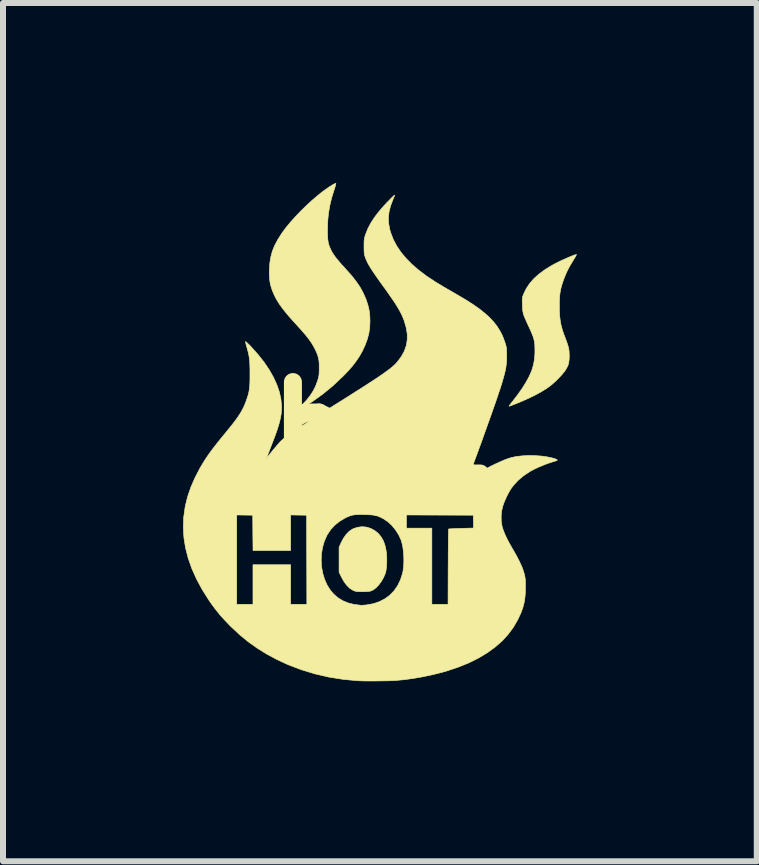
<source format=kicad_pcb>
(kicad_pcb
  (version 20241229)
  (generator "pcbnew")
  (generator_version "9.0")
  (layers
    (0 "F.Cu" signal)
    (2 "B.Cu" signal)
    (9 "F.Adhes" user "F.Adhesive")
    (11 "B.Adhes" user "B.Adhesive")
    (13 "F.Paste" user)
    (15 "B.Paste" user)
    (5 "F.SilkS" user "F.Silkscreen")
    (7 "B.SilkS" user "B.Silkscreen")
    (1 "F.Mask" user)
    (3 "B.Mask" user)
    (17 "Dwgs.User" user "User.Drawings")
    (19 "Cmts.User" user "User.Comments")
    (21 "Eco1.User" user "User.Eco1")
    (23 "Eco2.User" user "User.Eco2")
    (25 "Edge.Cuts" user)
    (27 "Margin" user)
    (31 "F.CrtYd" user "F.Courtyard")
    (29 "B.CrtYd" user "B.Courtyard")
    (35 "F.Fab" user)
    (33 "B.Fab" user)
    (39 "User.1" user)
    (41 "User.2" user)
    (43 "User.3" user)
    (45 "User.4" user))
  (footprint "hot"
    (layer "F.Cu")
    (at 3.283 4.152)
    (property "Reference" "hot" (at 0 0 0) (layer "F.SilkS") (effects (font (size 1.524 1.524) (thickness 0.3))))
    (attr through_hole)
    (fp_poly (pts (xy -0.227 1.582) (xy -0.155 1.604) (xy -0.088 1.64) (xy -0.029 1.688) (xy 0.018 1.745) (xy 0.055 1.809) (xy 0.082 1.883) (xy 0.101 1.969) (xy 0.11 2.037) (xy 0.112 2.085) (xy 0.113 2.14) (xy 0.111 2.197) (xy 0.107 2.252) (xy 0.101 2.3) (xy 0.094 2.338) (xy 0.09 2.35) (xy 0.06 2.422) (xy 0.022 2.488) (xy -0.021 2.546) (xy -0.067 2.594) (xy -0.115 2.63) (xy -0.161 2.65) (xy -0.181 2.653) (xy -0.213 2.656) (xy -0.253 2.658) (xy -0.296 2.658) (xy -0.342 2.658) (xy -0.375 2.657) (xy -0.4 2.654) (xy -0.42 2.648) (xy -0.441 2.64) (xy -0.448 2.637) (xy -0.503 2.603) (xy -0.555 2.552) (xy -0.603 2.486) (xy -0.637 2.425) (xy -0.682 2.334) (xy -0.682 1.918) (xy -0.655 1.857) (xy -0.612 1.773) (xy -0.565 1.706) (xy -0.514 1.653) (xy -0.458 1.616) (xy -0.449 1.611) (xy -0.376 1.586) (xy -0.301 1.576) (xy -0.227 1.582)) (stroke (width 0.01) (type solid)) (fill yes) (layer "F.SilkS"))
    (fp_poly (pts (xy 3.274 -2.961) (xy 3.271 -2.952) (xy 3.261 -2.932) (xy 3.245 -2.904) (xy 3.223 -2.869) (xy 3.218 -2.86) (xy 3.16 -2.763) (xy 3.112 -2.67) (xy 3.071 -2.572) (xy 3.044 -2.496) (xy 3.024 -2.433) (xy 3.01 -2.376) (xy 3 -2.319) (xy 2.993 -2.259) (xy 2.99 -2.19) (xy 2.989 -2.109) (xy 2.989 -2.108) (xy 2.99 -2.013) (xy 2.995 -1.931) (xy 3.004 -1.856) (xy 3.017 -1.785) (xy 3.036 -1.714) (xy 3.061 -1.638) (xy 3.083 -1.581) (xy 3.106 -1.519) (xy 3.124 -1.468) (xy 3.137 -1.425) (xy 3.146 -1.387) (xy 3.151 -1.35) (xy 3.153 -1.311) (xy 3.154 -1.27) (xy 3.152 -1.21) (xy 3.146 -1.161) (xy 3.135 -1.119) (xy 3.116 -1.078) (xy 3.09 -1.033) (xy 3.061 -0.994) (xy 3.023 -0.949) (xy 2.977 -0.9) (xy 2.928 -0.851) (xy 2.879 -0.807) (xy 2.841 -0.775) (xy 2.771 -0.725) (xy 2.686 -0.673) (xy 2.59 -0.62) (xy 2.484 -0.568) (xy 2.37 -0.517) (xy 2.279 -0.479) (xy 2.232 -0.461) (xy 2.197 -0.447) (xy 2.174 -0.439) (xy 2.16 -0.434) (xy 2.153 -0.433) (xy 2.151 -0.434) (xy 2.151 -0.435) (xy 2.156 -0.443) (xy 2.169 -0.461) (xy 2.19 -0.488) (xy 2.216 -0.52) (xy 2.227 -0.535) (xy 2.304 -0.636) (xy 2.374 -0.736) (xy 2.434 -0.833) (xy 2.484 -0.924) (xy 2.522 -1.009) (xy 2.539 -1.057) (xy 2.561 -1.139) (xy 2.575 -1.222) (xy 2.582 -1.314) (xy 2.582 -1.362) (xy 2.581 -1.419) (xy 2.579 -1.468) (xy 2.573 -1.512) (xy 2.563 -1.555) (xy 2.549 -1.6) (xy 2.529 -1.65) (xy 2.503 -1.71) (xy 2.481 -1.757) (xy 2.451 -1.821) (xy 2.428 -1.873) (xy 2.41 -1.915) (xy 2.396 -1.95) (xy 2.387 -1.981) (xy 2.381 -2.011) (xy 2.377 -2.042) (xy 2.375 -2.077) (xy 2.373 -2.119) (xy 2.373 -2.121) (xy 2.371 -2.168) (xy 2.371 -2.203) (xy 2.372 -2.229) (xy 2.375 -2.25) (xy 2.381 -2.269) (xy 2.39 -2.292) (xy 2.392 -2.299) (xy 2.436 -2.39) (xy 2.492 -2.475) (xy 2.562 -2.556) (xy 2.646 -2.632) (xy 2.745 -2.705) (xy 2.859 -2.776) (xy 2.93 -2.814) (xy 2.972 -2.835) (xy 3.019 -2.858) (xy 3.069 -2.881) (xy 3.118 -2.902) (xy 3.164 -2.922) (xy 3.206 -2.939) (xy 3.239 -2.952) (xy 3.263 -2.959) (xy 3.273 -2.961) (xy 3.274 -2.961)) (stroke (width 0.01) (type solid)) (fill yes) (layer "F.SilkS"))
    (fp_poly (pts (xy -0.736 -4.138) (xy -0.741 -4.117) (xy -0.749 -4.086) (xy -0.761 -4.049) (xy -0.762 -4.046) (xy -0.805 -3.909) (xy -0.836 -3.78) (xy -0.858 -3.652) (xy -0.871 -3.522) (xy -0.875 -3.383) (xy -0.875 -3.378) (xy -0.875 -3.305) (xy -0.873 -3.245) (xy -0.868 -3.195) (xy -0.861 -3.152) (xy -0.85 -3.113) (xy -0.834 -3.073) (xy -0.817 -3.035) (xy -0.796 -2.995) (xy -0.768 -2.952) (xy -0.734 -2.905) (xy -0.69 -2.852) (xy -0.637 -2.79) (xy -0.59 -2.739) (xy -0.517 -2.658) (xy -0.455 -2.586) (xy -0.404 -2.52) (xy -0.36 -2.458) (xy -0.322 -2.399) (xy -0.29 -2.339) (xy -0.275 -2.309) (xy -0.232 -2.211) (xy -0.202 -2.119) (xy -0.181 -2.03) (xy -0.17 -1.938) (xy -0.167 -1.85) (xy -0.172 -1.744) (xy -0.186 -1.645) (xy -0.212 -1.548) (xy -0.249 -1.448) (xy -0.297 -1.345) (xy -0.342 -1.266) (xy -0.394 -1.188) (xy -0.454 -1.109) (xy -0.525 -1.027) (xy -0.608 -0.94) (xy -0.622 -0.927) (xy -0.786 -0.772) (xy -0.954 -0.634) (xy -1.127 -0.51) (xy -1.307 -0.4) (xy -1.342 -0.381) (xy -1.41 -0.344) (xy -1.304 -0.449) (xy -1.227 -0.53) (xy -1.165 -0.608) (xy -1.114 -0.686) (xy -1.073 -0.767) (xy -1.041 -0.854) (xy -1.036 -0.87) (xy -1.026 -0.902) (xy -1.02 -0.931) (xy -1.016 -0.96) (xy -1.014 -0.995) (xy -1.013 -1.04) (xy -1.013 -1.067) (xy -1.013 -1.132) (xy -1.017 -1.186) (xy -1.025 -1.233) (xy -1.038 -1.279) (xy -1.057 -1.329) (xy -1.083 -1.384) (xy -1.111 -1.437) (xy -1.145 -1.493) (xy -1.187 -1.552) (xy -1.238 -1.617) (xy -1.3 -1.689) (xy -1.373 -1.77) (xy -1.376 -1.774) (xy -1.455 -1.86) (xy -1.523 -1.937) (xy -1.58 -2.006) (xy -1.629 -2.068) (xy -1.671 -2.126) (xy -1.706 -2.18) (xy -1.736 -2.232) (xy -1.76 -2.279) (xy -1.792 -2.354) (xy -1.816 -2.425) (xy -1.833 -2.497) (xy -1.842 -2.573) (xy -1.845 -2.658) (xy -1.843 -2.724) (xy -1.835 -2.829) (xy -1.818 -2.927) (xy -1.792 -3.021) (xy -1.754 -3.114) (xy -1.703 -3.209) (xy -1.64 -3.309) (xy -1.629 -3.325) (xy -1.565 -3.411) (xy -1.491 -3.501) (xy -1.407 -3.594) (xy -1.318 -3.687) (xy -1.225 -3.778) (xy -1.13 -3.865) (xy -1.035 -3.946) (xy -0.944 -4.018) (xy -0.858 -4.079) (xy -0.804 -4.113) (xy -0.776 -4.13) (xy -0.752 -4.141) (xy -0.738 -4.147) (xy -0.736 -4.147) (xy -0.736 -4.138)) (stroke (width 0.01) (type solid)) (fill yes) (layer "F.SilkS"))
    (fp_poly (pts (xy 0.243 -3.951) (xy 0.242 -3.942) (xy 0.234 -3.921) (xy 0.223 -3.893) (xy 0.217 -3.88) (xy 0.177 -3.774) (xy 0.151 -3.673) (xy 0.14 -3.576) (xy 0.144 -3.479) (xy 0.162 -3.38) (xy 0.178 -3.325) (xy 0.22 -3.214) (xy 0.277 -3.106) (xy 0.347 -3.001) (xy 0.432 -2.899) (xy 0.531 -2.798) (xy 0.646 -2.699) (xy 0.777 -2.6) (xy 0.924 -2.503) (xy 1.063 -2.419) (xy 1.109 -2.392) (xy 1.165 -2.36) (xy 1.224 -2.326) (xy 1.281 -2.293) (xy 1.308 -2.277) (xy 1.441 -2.198) (xy 1.558 -2.123) (xy 1.661 -2.05) (xy 1.751 -1.978) (xy 1.829 -1.907) (xy 1.896 -1.835) (xy 1.953 -1.761) (xy 2.001 -1.684) (xy 2.042 -1.603) (xy 2.075 -1.516) (xy 2.089 -1.475) (xy 2.098 -1.444) (xy 2.104 -1.417) (xy 2.108 -1.39) (xy 2.11 -1.357) (xy 2.111 -1.316) (xy 2.111 -1.27) (xy 2.111 -1.215) (xy 2.108 -1.165) (xy 2.103 -1.117) (xy 2.096 -1.068) (xy 2.085 -1.015) (xy 2.07 -0.954) (xy 2.05 -0.883) (xy 2.036 -0.833) (xy 2.023 -0.791) (xy 2.005 -0.734) (xy 1.981 -0.664) (xy 1.954 -0.583) (xy 1.923 -0.491) (xy 1.888 -0.392) (xy 1.851 -0.286) (xy 1.811 -0.175) (xy 1.77 -0.06) (xy 1.728 0.058) (xy 1.686 0.176) (xy 1.643 0.293) (xy 1.601 0.407) (xy 1.56 0.518) (xy 1.521 0.624) (xy 1.512 0.647) (xy 1.496 0.69) (xy 1.483 0.727) (xy 1.474 0.756) (xy 1.469 0.773) (xy 1.469 0.777) (xy 1.478 0.775) (xy 1.502 0.763) (xy 1.539 0.743) (xy 1.589 0.712) (xy 1.646 0.678) (xy 1.709 0.641) (xy 1.779 0.603) (xy 1.853 0.564) (xy 1.929 0.528) (xy 2.003 0.494) (xy 2.072 0.464) (xy 2.133 0.441) (xy 2.184 0.425) (xy 2.187 0.424) (xy 2.273 0.406) (xy 2.37 0.395) (xy 2.473 0.389) (xy 2.58 0.391) (xy 2.685 0.398) (xy 2.785 0.412) (xy 2.874 0.431) (xy 2.891 0.436) (xy 2.928 0.448) (xy 2.949 0.459) (xy 2.955 0.468) (xy 2.953 0.47) (xy 2.943 0.474) (xy 2.921 0.482) (xy 2.889 0.492) (xy 2.863 0.5) (xy 2.795 0.522) (xy 2.72 0.551) (xy 2.643 0.583) (xy 2.571 0.617) (xy 2.51 0.649) (xy 2.402 0.72) (xy 2.307 0.798) (xy 2.227 0.884) (xy 2.184 0.941) (xy 2.153 0.992) (xy 2.12 1.054) (xy 2.089 1.121) (xy 2.062 1.187) (xy 2.044 1.24) (xy 2.026 1.319) (xy 2.019 1.404) (xy 2.021 1.489) (xy 2.034 1.568) (xy 2.039 1.587) (xy 2.058 1.644) (xy 2.085 1.71) (xy 2.119 1.782) (xy 2.158 1.856) (xy 2.187 1.907) (xy 2.239 1.997) (xy 2.283 2.075) (xy 2.318 2.144) (xy 2.347 2.205) (xy 2.371 2.26) (xy 2.389 2.312) (xy 2.404 2.362) (xy 2.405 2.367) (xy 2.413 2.399) (xy 2.418 2.429) (xy 2.422 2.461) (xy 2.424 2.499) (xy 2.424 2.548) (xy 2.424 2.582) (xy 2.422 2.682) (xy 2.414 2.77) (xy 2.4 2.851) (xy 2.379 2.929) (xy 2.35 3.009) (xy 2.31 3.096) (xy 2.299 3.12) (xy 2.226 3.247) (xy 2.138 3.367) (xy 2.036 3.479) (xy 1.918 3.582) (xy 1.786 3.678) (xy 1.639 3.766) (xy 1.478 3.846) (xy 1.301 3.917) (xy 1.11 3.981) (xy 1.026 4.005) (xy 0.873 4.043) (xy 0.713 4.077) (xy 0.552 4.105) (xy 0.395 4.126) (xy 0.246 4.14) (xy 0.241 4.14) (xy 0.197 4.142) (xy 0.139 4.144) (xy 0.072 4.145) (xy -0.000445 4.146) (xy -0.076 4.147) (xy -0.151 4.147) (xy -0.221 4.147) (xy -0.285 4.146) (xy -0.337 4.144) (xy -0.368 4.143) (xy -0.613 4.12) (xy -0.853 4.082) (xy -1.086 4.028) (xy -1.312 3.959) (xy -1.531 3.876) (xy -1.717 3.79) (xy -1.887 3.699) (xy -2.043 3.602) (xy -2.19 3.498) (xy -2.331 3.383) (xy -2.469 3.255) (xy -2.494 3.231) (xy -2.582 3.139) (xy -2.661 3.052) (xy -2.732 2.965) (xy -2.801 2.873) (xy -2.853 2.798) (xy -2.964 2.622) (xy -3.058 2.447) (xy -3.136 2.273) (xy -3.197 2.1) (xy -3.241 1.928) (xy -3.268 1.758) (xy -3.278 1.588) (xy -3.272 1.418) (xy -3.266 1.38) (xy -2.388 1.38) (xy -2.388 2.87) (xy -2.117 2.87) (xy -2.117 2.21) (xy -1.49 2.21) (xy -1.49 2.87) (xy -1.219 2.87) (xy -1.221 2.143) (xy -0.98 2.143) (xy -0.973 2.251) (xy -0.953 2.356) (xy -0.923 2.456) (xy -0.881 2.549) (xy -0.828 2.633) (xy -0.772 2.699) (xy -0.7 2.761) (xy -0.62 2.81) (xy -0.532 2.846) (xy -0.433 2.871) (xy -0.322 2.885) (xy -0.313 2.886) (xy -0.295 2.885) (xy -0.266 2.883) (xy -0.23 2.88) (xy -0.216 2.878) (xy -0.106 2.858) (xy -0.006 2.823) (xy 0.086 2.775) (xy 0.167 2.714) (xy 0.237 2.641) (xy 0.295 2.556) (xy 0.342 2.459) (xy 0.376 2.353) (xy 0.382 2.324) (xy 0.392 2.255) (xy 0.397 2.177) (xy 0.397 2.095) (xy 0.392 2.011) (xy 0.383 1.931) (xy 0.369 1.859) (xy 0.352 1.799) (xy 0.351 1.798) (xy 0.312 1.712) (xy 0.26 1.631) (xy 0.235 1.6) (xy 0.44 1.6) (xy 0.864 1.6) (xy 0.864 2.87) (xy 1.134 2.87) (xy 1.136 2.244) (xy 1.137 2.143) (xy 1.137 2.047) (xy 1.138 1.956) (xy 1.139 1.874) (xy 1.139 1.8) (xy 1.14 1.737) (xy 1.141 1.686) (xy 1.142 1.647) (xy 1.142 1.623) (xy 1.143 1.614) (xy 1.153 1.613) (xy 1.176 1.611) (xy 1.213 1.609) (xy 1.259 1.607) (xy 1.312 1.605) (xy 1.353 1.604) (xy 1.558 1.598) (xy 1.556 1.491) (xy 1.554 1.384) (xy 0.997 1.382) (xy 0.44 1.38) (xy 0.44 1.6) (xy 0.235 1.6) (xy 0.2 1.557) (xy 0.132 1.494) (xy 0.06 1.445) (xy 0.05 1.44) (xy 0.009 1.419) (xy -0.027 1.403) (xy -0.062 1.391) (xy -0.099 1.384) (xy -0.143 1.379) (xy -0.197 1.376) (xy -0.246 1.374) (xy -0.316 1.373) (xy -0.372 1.373) (xy -0.419 1.377) (xy -0.459 1.383) (xy -0.497 1.394) (xy -0.534 1.409) (xy -0.573 1.426) (xy -0.67 1.483) (xy -0.753 1.549) (xy -0.823 1.626) (xy -0.881 1.713) (xy -0.888 1.727) (xy -0.93 1.824) (xy -0.959 1.927) (xy -0.976 2.034) (xy -0.98 2.143) (xy -1.221 2.143) (xy -1.223 1.384) (xy -1.357 1.382) (xy -1.49 1.38) (xy -1.49 1.973) (xy -2.116 1.973) (xy -2.119 1.679) (xy -2.121 1.384) (xy -2.254 1.382) (xy -2.388 1.38) (xy -3.266 1.38) (xy -3.248 1.25) (xy -3.242 1.219) (xy -3.204 1.068) (xy -3.15 0.912) (xy -3.081 0.755) (xy -3 0.599) (xy -2.939 0.497) (xy -2.894 0.427) (xy -2.844 0.355) (xy -2.789 0.28) (xy -2.727 0.2) (xy -2.656 0.111) (xy -2.603 0.047) (xy -2.533 -0.039) (xy -2.473 -0.113) (xy -2.422 -0.179) (xy -2.379 -0.238) (xy -2.343 -0.291) (xy -2.312 -0.341) (xy -2.286 -0.39) (xy -2.263 -0.438) (xy -2.242 -0.488) (xy -2.223 -0.542) (xy -2.206 -0.591) (xy -2.193 -0.633) (xy -2.184 -0.674) (xy -2.177 -0.716) (xy -2.172 -0.762) (xy -2.169 -0.815) (xy -2.167 -0.878) (xy -2.167 -0.955) (xy -2.167 -0.966) (xy -2.167 -1.046) (xy -2.169 -1.113) (xy -2.171 -1.169) (xy -2.176 -1.218) (xy -2.182 -1.263) (xy -2.191 -1.307) (xy -2.202 -1.353) (xy -2.215 -1.4) (xy -2.226 -1.439) (xy -2.235 -1.473) (xy -2.24 -1.497) (xy -2.242 -1.509) (xy -2.242 -1.509) (xy -2.235 -1.506) (xy -2.219 -1.493) (xy -2.196 -1.471) (xy -2.167 -1.443) (xy -2.152 -1.427) (xy -2.037 -1.298) (xy -1.935 -1.17) (xy -1.848 -1.042) (xy -1.776 -0.915) (xy -1.719 -0.79) (xy -1.677 -0.668) (xy -1.651 -0.548) (xy -1.64 -0.432) (xy -1.64 -0.415) (xy -1.642 -0.361) (xy -1.647 -0.306) (xy -1.656 -0.249) (xy -1.67 -0.188) (xy -1.688 -0.12) (xy -1.712 -0.044) (xy -1.742 0.042) (xy -1.779 0.14) (xy -1.81 0.22) (xy -1.83 0.272) (xy -1.848 0.32) (xy -1.864 0.361) (xy -1.876 0.392) (xy -1.882 0.411) (xy -1.884 0.415) (xy -1.89 0.436) (xy -1.875 0.415) (xy -1.852 0.385) (xy -1.822 0.347) (xy -1.787 0.304) (xy -1.75 0.26) (xy -1.714 0.218) (xy -1.683 0.183) (xy -1.668 0.166) (xy -1.652 0.149) (xy -1.633 0.132) (xy -1.613 0.114) (xy -1.589 0.094) (xy -1.56 0.072) (xy -1.527 0.048) (xy -1.488 0.02) (xy -1.442 -0.011) (xy -1.389 -0.047) (xy -1.327 -0.087) (xy -1.257 -0.133) (xy -1.177 -0.185) (xy -1.086 -0.243) (xy -0.983 -0.308) (xy -0.868 -0.381) (xy -0.741 -0.462) (xy -0.66 -0.512) (xy -0.529 -0.595) (xy -0.411 -0.67) (xy -0.305 -0.737) (xy -0.212 -0.797) (xy -0.129 -0.851) (xy -0.057 -0.898) (xy 0.006 -0.941) (xy 0.061 -0.979) (xy 0.108 -1.013) (xy 0.149 -1.043) (xy 0.184 -1.07) (xy 0.214 -1.096) (xy 0.24 -1.119) (xy 0.263 -1.142) (xy 0.283 -1.164) (xy 0.293 -1.176) (xy 0.358 -1.263) (xy 0.406 -1.352) (xy 0.438 -1.443) (xy 0.454 -1.538) (xy 0.454 -1.637) (xy 0.437 -1.741) (xy 0.405 -1.85) (xy 0.401 -1.863) (xy 0.382 -1.91) (xy 0.362 -1.957) (xy 0.338 -2.004) (xy 0.31 -2.054) (xy 0.277 -2.109) (xy 0.238 -2.17) (xy 0.191 -2.239) (xy 0.136 -2.318) (xy 0.072 -2.408) (xy 0.068 -2.413) (xy 0.005 -2.5) (xy -0.048 -2.575) (xy -0.093 -2.64) (xy -0.13 -2.695) (xy -0.161 -2.743) (xy -0.185 -2.784) (xy -0.205 -2.82) (xy -0.221 -2.853) (xy -0.234 -2.884) (xy -0.243 -2.907) (xy -0.253 -2.936) (xy -0.259 -2.961) (xy -0.263 -2.986) (xy -0.265 -3.016) (xy -0.266 -3.055) (xy -0.266 -3.099) (xy -0.266 -3.148) (xy -0.265 -3.185) (xy -0.262 -3.214) (xy -0.258 -3.239) (xy -0.25 -3.266) (xy -0.24 -3.298) (xy -0.238 -3.302) (xy -0.202 -3.392) (xy -0.155 -3.482) (xy -0.095 -3.575) (xy -0.023 -3.67) (xy 0.063 -3.77) (xy 0.123 -3.834) (xy 0.159 -3.87) (xy 0.19 -3.902) (xy 0.216 -3.927) (xy 0.234 -3.944) (xy 0.243 -3.951) (xy 0.243 -3.951)) (stroke (width 0.01) (type solid)) (fill yes) (layer "F.SilkS")))
  (gr_rect
    (start -3 -3)
    (end 9.562 11.304)
    (stroke (width 0.1) (type default))
    (fill no)
    (layer "Edge.Cuts")))
</source>
